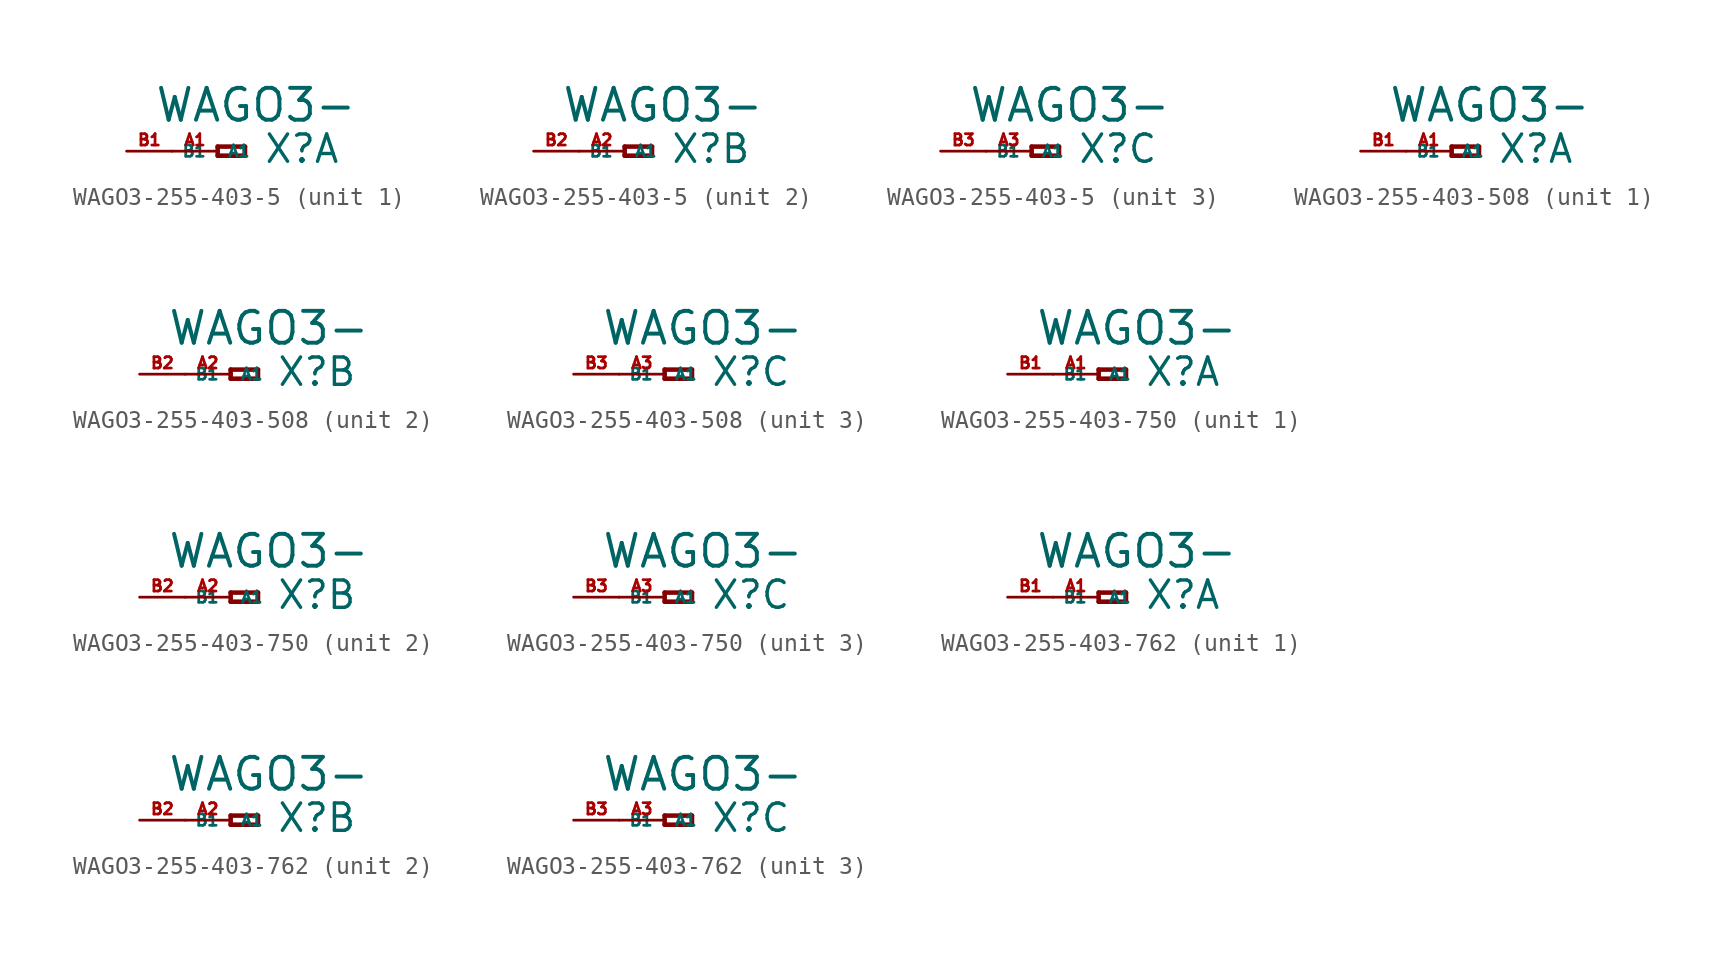
<source format=kicad_sym>
(kicad_symbol_lib
  (version 20220914)
  (generator Eagle2Kicad)
  (symbol "WAGO3-255-403-5"
    (property "Reference" "X"
      (at 2.54 -0.762 0)
      (effects (font (size 1.524 1.524) (thickness 0.19)) (justify left bottom)))
    (property "Value" "WAGO3-"
      (at -3.556 1.524 0)
      (effects (font (size 1.778 1.778) (thickness 0.22)) (justify left bottom)))
    (symbol "WAGO3-255-403-5_1_0"
      (polyline (pts (xy 0 0.254) (xy 0 -0.254)) (stroke (width 0.254) (type default)) (fill (type none)))
      (polyline (pts (xy 0 -0.254) (xy 1.524 -0.254)) (stroke (width 0.254) (type default)) (fill (type none)))
      (polyline (pts (xy 1.524 -0.254) (xy 1.524 0.254)) (stroke (width 0.254) (type default)) (fill (type none)))
      (polyline (pts (xy 1.524 0.254) (xy 0 0.254)) (stroke (width 0.254) (type default)) (fill (type none)))
      (pin passive line (at -2.54 0 0) (length 2.54) (name "A1" (effects (font (size 0.635 0.635) (thickness 0.08)) (justify left bottom))) (number "A1" (effects (font (size 0.635 0.635) (thickness 0.08)) (justify left bottom))))
      (pin passive line (at -5.08 0 0) (length 2.54) (name "B1" (effects (font (size 0.635 0.635) (thickness 0.08)) (justify left bottom))) (number "B1" (effects (font (size 0.635 0.635) (thickness 0.08)) (justify left bottom)))))
    (symbol "WAGO3-255-403-5_2_0"
      (polyline (pts (xy 0 0.254) (xy 0 -0.254)) (stroke (width 0.254) (type default)) (fill (type none)))
      (polyline (pts (xy 0 -0.254) (xy 1.524 -0.254)) (stroke (width 0.254) (type default)) (fill (type none)))
      (polyline (pts (xy 1.524 -0.254) (xy 1.524 0.254)) (stroke (width 0.254) (type default)) (fill (type none)))
      (polyline (pts (xy 1.524 0.254) (xy 0 0.254)) (stroke (width 0.254) (type default)) (fill (type none)))
      (pin passive line (at -2.54 0 0) (length 2.54) (name "A1" (effects (font (size 0.635 0.635) (thickness 0.08)) (justify left bottom))) (number "A2" (effects (font (size 0.635 0.635) (thickness 0.08)) (justify left bottom))))
      (pin passive line (at -5.08 0 0) (length 2.54) (name "B1" (effects (font (size 0.635 0.635) (thickness 0.08)) (justify left bottom))) (number "B2" (effects (font (size 0.635 0.635) (thickness 0.08)) (justify left bottom)))))
    (symbol "WAGO3-255-403-5_3_0"
      (polyline (pts (xy 0 0.254) (xy 0 -0.254)) (stroke (width 0.254) (type default)) (fill (type none)))
      (polyline (pts (xy 0 -0.254) (xy 1.524 -0.254)) (stroke (width 0.254) (type default)) (fill (type none)))
      (polyline (pts (xy 1.524 -0.254) (xy 1.524 0.254)) (stroke (width 0.254) (type default)) (fill (type none)))
      (polyline (pts (xy 1.524 0.254) (xy 0 0.254)) (stroke (width 0.254) (type default)) (fill (type none)))
      (pin passive line (at -2.54 0 0) (length 2.54) (name "A1" (effects (font (size 0.635 0.635) (thickness 0.08)) (justify left bottom))) (number "A3" (effects (font (size 0.635 0.635) (thickness 0.08)) (justify left bottom))))
      (pin passive line (at -5.08 0 0) (length 2.54) (name "B1" (effects (font (size 0.635 0.635) (thickness 0.08)) (justify left bottom))) (number "B3" (effects (font (size 0.635 0.635) (thickness 0.08)) (justify left bottom))))))
  (symbol "WAGO3-255-403-508"
    (property "Reference" "X"
      (at 2.54 -0.762 0)
      (effects (font (size 1.524 1.524) (thickness 0.19)) (justify left bottom)))
    (property "Value" "WAGO3-"
      (at -3.556 1.524 0)
      (effects (font (size 1.778 1.778) (thickness 0.22)) (justify left bottom)))
    (symbol "WAGO3-255-403-508_1_0"
      (polyline (pts (xy 0 0.254) (xy 0 -0.254)) (stroke (width 0.254) (type default)) (fill (type none)))
      (polyline (pts (xy 0 -0.254) (xy 1.524 -0.254)) (stroke (width 0.254) (type default)) (fill (type none)))
      (polyline (pts (xy 1.524 -0.254) (xy 1.524 0.254)) (stroke (width 0.254) (type default)) (fill (type none)))
      (polyline (pts (xy 1.524 0.254) (xy 0 0.254)) (stroke (width 0.254) (type default)) (fill (type none)))
      (pin passive line (at -2.54 0 0) (length 2.54) (name "A1" (effects (font (size 0.635 0.635) (thickness 0.08)) (justify left bottom))) (number "A1" (effects (font (size 0.635 0.635) (thickness 0.08)) (justify left bottom))))
      (pin passive line (at -5.08 0 0) (length 2.54) (name "B1" (effects (font (size 0.635 0.635) (thickness 0.08)) (justify left bottom))) (number "B1" (effects (font (size 0.635 0.635) (thickness 0.08)) (justify left bottom)))))
    (symbol "WAGO3-255-403-508_2_0"
      (polyline (pts (xy 0 0.254) (xy 0 -0.254)) (stroke (width 0.254) (type default)) (fill (type none)))
      (polyline (pts (xy 0 -0.254) (xy 1.524 -0.254)) (stroke (width 0.254) (type default)) (fill (type none)))
      (polyline (pts (xy 1.524 -0.254) (xy 1.524 0.254)) (stroke (width 0.254) (type default)) (fill (type none)))
      (polyline (pts (xy 1.524 0.254) (xy 0 0.254)) (stroke (width 0.254) (type default)) (fill (type none)))
      (pin passive line (at -2.54 0 0) (length 2.54) (name "A1" (effects (font (size 0.635 0.635) (thickness 0.08)) (justify left bottom))) (number "A2" (effects (font (size 0.635 0.635) (thickness 0.08)) (justify left bottom))))
      (pin passive line (at -5.08 0 0) (length 2.54) (name "B1" (effects (font (size 0.635 0.635) (thickness 0.08)) (justify left bottom))) (number "B2" (effects (font (size 0.635 0.635) (thickness 0.08)) (justify left bottom)))))
    (symbol "WAGO3-255-403-508_3_0"
      (polyline (pts (xy 0 0.254) (xy 0 -0.254)) (stroke (width 0.254) (type default)) (fill (type none)))
      (polyline (pts (xy 0 -0.254) (xy 1.524 -0.254)) (stroke (width 0.254) (type default)) (fill (type none)))
      (polyline (pts (xy 1.524 -0.254) (xy 1.524 0.254)) (stroke (width 0.254) (type default)) (fill (type none)))
      (polyline (pts (xy 1.524 0.254) (xy 0 0.254)) (stroke (width 0.254) (type default)) (fill (type none)))
      (pin passive line (at -2.54 0 0) (length 2.54) (name "A1" (effects (font (size 0.635 0.635) (thickness 0.08)) (justify left bottom))) (number "A3" (effects (font (size 0.635 0.635) (thickness 0.08)) (justify left bottom))))
      (pin passive line (at -5.08 0 0) (length 2.54) (name "B1" (effects (font (size 0.635 0.635) (thickness 0.08)) (justify left bottom))) (number "B3" (effects (font (size 0.635 0.635) (thickness 0.08)) (justify left bottom))))))
  (symbol "WAGO3-255-403-750"
    (property "Reference" "X"
      (at 2.54 -0.762 0)
      (effects (font (size 1.524 1.524) (thickness 0.19)) (justify left bottom)))
    (property "Value" "WAGO3-"
      (at -3.556 1.524 0)
      (effects (font (size 1.778 1.778) (thickness 0.22)) (justify left bottom)))
    (symbol "WAGO3-255-403-750_1_0"
      (polyline (pts (xy 0 0.254) (xy 0 -0.254)) (stroke (width 0.254) (type default)) (fill (type none)))
      (polyline (pts (xy 0 -0.254) (xy 1.524 -0.254)) (stroke (width 0.254) (type default)) (fill (type none)))
      (polyline (pts (xy 1.524 -0.254) (xy 1.524 0.254)) (stroke (width 0.254) (type default)) (fill (type none)))
      (polyline (pts (xy 1.524 0.254) (xy 0 0.254)) (stroke (width 0.254) (type default)) (fill (type none)))
      (pin passive line (at -2.54 0 0) (length 2.54) (name "A1" (effects (font (size 0.635 0.635) (thickness 0.08)) (justify left bottom))) (number "A1" (effects (font (size 0.635 0.635) (thickness 0.08)) (justify left bottom))))
      (pin passive line (at -5.08 0 0) (length 2.54) (name "B1" (effects (font (size 0.635 0.635) (thickness 0.08)) (justify left bottom))) (number "B1" (effects (font (size 0.635 0.635) (thickness 0.08)) (justify left bottom)))))
    (symbol "WAGO3-255-403-750_2_0"
      (polyline (pts (xy 0 0.254) (xy 0 -0.254)) (stroke (width 0.254) (type default)) (fill (type none)))
      (polyline (pts (xy 0 -0.254) (xy 1.524 -0.254)) (stroke (width 0.254) (type default)) (fill (type none)))
      (polyline (pts (xy 1.524 -0.254) (xy 1.524 0.254)) (stroke (width 0.254) (type default)) (fill (type none)))
      (polyline (pts (xy 1.524 0.254) (xy 0 0.254)) (stroke (width 0.254) (type default)) (fill (type none)))
      (pin passive line (at -2.54 0 0) (length 2.54) (name "A1" (effects (font (size 0.635 0.635) (thickness 0.08)) (justify left bottom))) (number "A2" (effects (font (size 0.635 0.635) (thickness 0.08)) (justify left bottom))))
      (pin passive line (at -5.08 0 0) (length 2.54) (name "B1" (effects (font (size 0.635 0.635) (thickness 0.08)) (justify left bottom))) (number "B2" (effects (font (size 0.635 0.635) (thickness 0.08)) (justify left bottom)))))
    (symbol "WAGO3-255-403-750_3_0"
      (polyline (pts (xy 0 0.254) (xy 0 -0.254)) (stroke (width 0.254) (type default)) (fill (type none)))
      (polyline (pts (xy 0 -0.254) (xy 1.524 -0.254)) (stroke (width 0.254) (type default)) (fill (type none)))
      (polyline (pts (xy 1.524 -0.254) (xy 1.524 0.254)) (stroke (width 0.254) (type default)) (fill (type none)))
      (polyline (pts (xy 1.524 0.254) (xy 0 0.254)) (stroke (width 0.254) (type default)) (fill (type none)))
      (pin passive line (at -2.54 0 0) (length 2.54) (name "A1" (effects (font (size 0.635 0.635) (thickness 0.08)) (justify left bottom))) (number "A3" (effects (font (size 0.635 0.635) (thickness 0.08)) (justify left bottom))))
      (pin passive line (at -5.08 0 0) (length 2.54) (name "B1" (effects (font (size 0.635 0.635) (thickness 0.08)) (justify left bottom))) (number "B3" (effects (font (size 0.635 0.635) (thickness 0.08)) (justify left bottom))))))
  (symbol "WAGO3-255-403-762"
    (property "Reference" "X"
      (at 2.54 -0.762 0)
      (effects (font (size 1.524 1.524) (thickness 0.19)) (justify left bottom)))
    (property "Value" "WAGO3-"
      (at -3.556 1.524 0)
      (effects (font (size 1.778 1.778) (thickness 0.22)) (justify left bottom)))
    (symbol "WAGO3-255-403-762_1_0"
      (polyline (pts (xy 0 0.254) (xy 0 -0.254)) (stroke (width 0.254) (type default)) (fill (type none)))
      (polyline (pts (xy 0 -0.254) (xy 1.524 -0.254)) (stroke (width 0.254) (type default)) (fill (type none)))
      (polyline (pts (xy 1.524 -0.254) (xy 1.524 0.254)) (stroke (width 0.254) (type default)) (fill (type none)))
      (polyline (pts (xy 1.524 0.254) (xy 0 0.254)) (stroke (width 0.254) (type default)) (fill (type none)))
      (pin passive line (at -2.54 0 0) (length 2.54) (name "A1" (effects (font (size 0.635 0.635) (thickness 0.08)) (justify left bottom))) (number "A1" (effects (font (size 0.635 0.635) (thickness 0.08)) (justify left bottom))))
      (pin passive line (at -5.08 0 0) (length 2.54) (name "B1" (effects (font (size 0.635 0.635) (thickness 0.08)) (justify left bottom))) (number "B1" (effects (font (size 0.635 0.635) (thickness 0.08)) (justify left bottom)))))
    (symbol "WAGO3-255-403-762_2_0"
      (polyline (pts (xy 0 0.254) (xy 0 -0.254)) (stroke (width 0.254) (type default)) (fill (type none)))
      (polyline (pts (xy 0 -0.254) (xy 1.524 -0.254)) (stroke (width 0.254) (type default)) (fill (type none)))
      (polyline (pts (xy 1.524 -0.254) (xy 1.524 0.254)) (stroke (width 0.254) (type default)) (fill (type none)))
      (polyline (pts (xy 1.524 0.254) (xy 0 0.254)) (stroke (width 0.254) (type default)) (fill (type none)))
      (pin passive line (at -2.54 0 0) (length 2.54) (name "A1" (effects (font (size 0.635 0.635) (thickness 0.08)) (justify left bottom))) (number "A2" (effects (font (size 0.635 0.635) (thickness 0.08)) (justify left bottom))))
      (pin passive line (at -5.08 0 0) (length 2.54) (name "B1" (effects (font (size 0.635 0.635) (thickness 0.08)) (justify left bottom))) (number "B2" (effects (font (size 0.635 0.635) (thickness 0.08)) (justify left bottom)))))
    (symbol "WAGO3-255-403-762_3_0"
      (polyline (pts (xy 0 0.254) (xy 0 -0.254)) (stroke (width 0.254) (type default)) (fill (type none)))
      (polyline (pts (xy 0 -0.254) (xy 1.524 -0.254)) (stroke (width 0.254) (type default)) (fill (type none)))
      (polyline (pts (xy 1.524 -0.254) (xy 1.524 0.254)) (stroke (width 0.254) (type default)) (fill (type none)))
      (polyline (pts (xy 1.524 0.254) (xy 0 0.254)) (stroke (width 0.254) (type default)) (fill (type none)))
      (pin passive line (at -2.54 0 0) (length 2.54) (name "A1" (effects (font (size 0.635 0.635) (thickness 0.08)) (justify left bottom))) (number "A3" (effects (font (size 0.635 0.635) (thickness 0.08)) (justify left bottom))))
      (pin passive line (at -5.08 0 0) (length 2.54) (name "B1" (effects (font (size 0.635 0.635) (thickness 0.08)) (justify left bottom))) (number "B3" (effects (font (size 0.635 0.635) (thickness 0.08)) (justify left bottom)))))))
</source>
